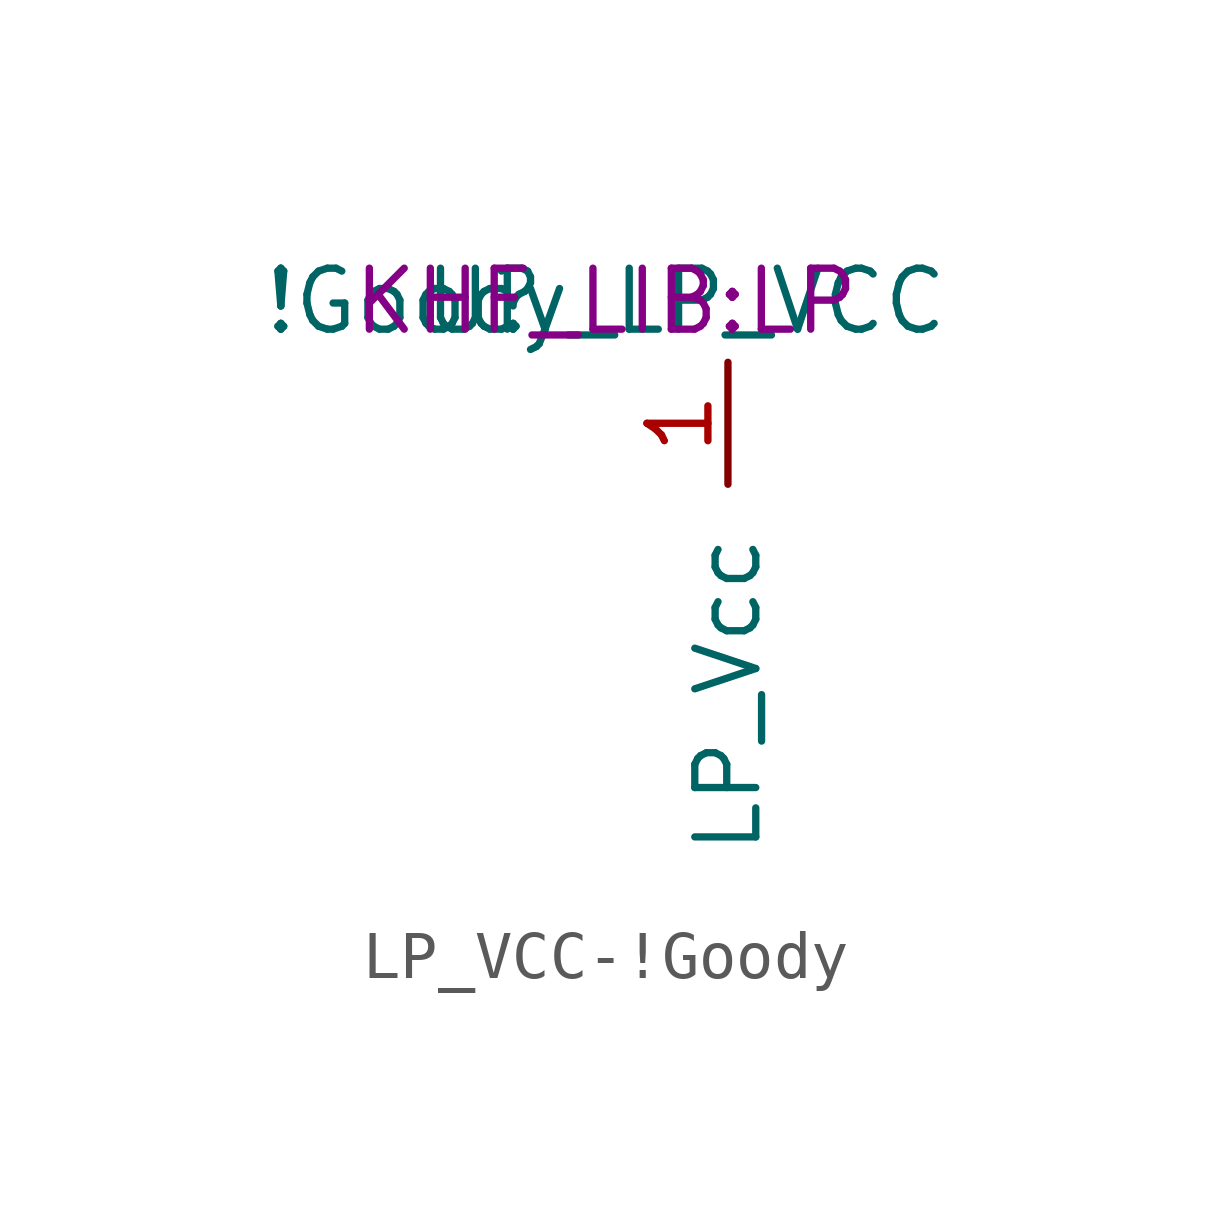
<source format=kicad_sym>
(kicad_symbol_lib
  (version 20220914)
  (generator kicad_symbol_editor)
  (symbol "LP_VCC-!Goody"
    (pin_names
      (offset 1.016))
    (property "Reference" "U"
      (at -6.35 1.27 0)
      (effects (font (size 1.27 1.27))))
    (property "Value" "!Goody_LP_VCC"
      (at -3.81 1.27 0)
      (effects (font (size 1.27 1.27))))
    (property "Footprint" "KHF_LIB:LP"
      (at -3.81 1.27 0)
      (effects (font (size 1.27 1.27))))
    (symbol "LP_VCC-!Goody_1_1"
      (pin power_out line (at -1.27 0 270) (length 2.54) (name "LP_Vcc" (effects (font (size 1.27 1.27)))) (number "1" (effects (font (size 1.27 1.27))))))))
</source>
